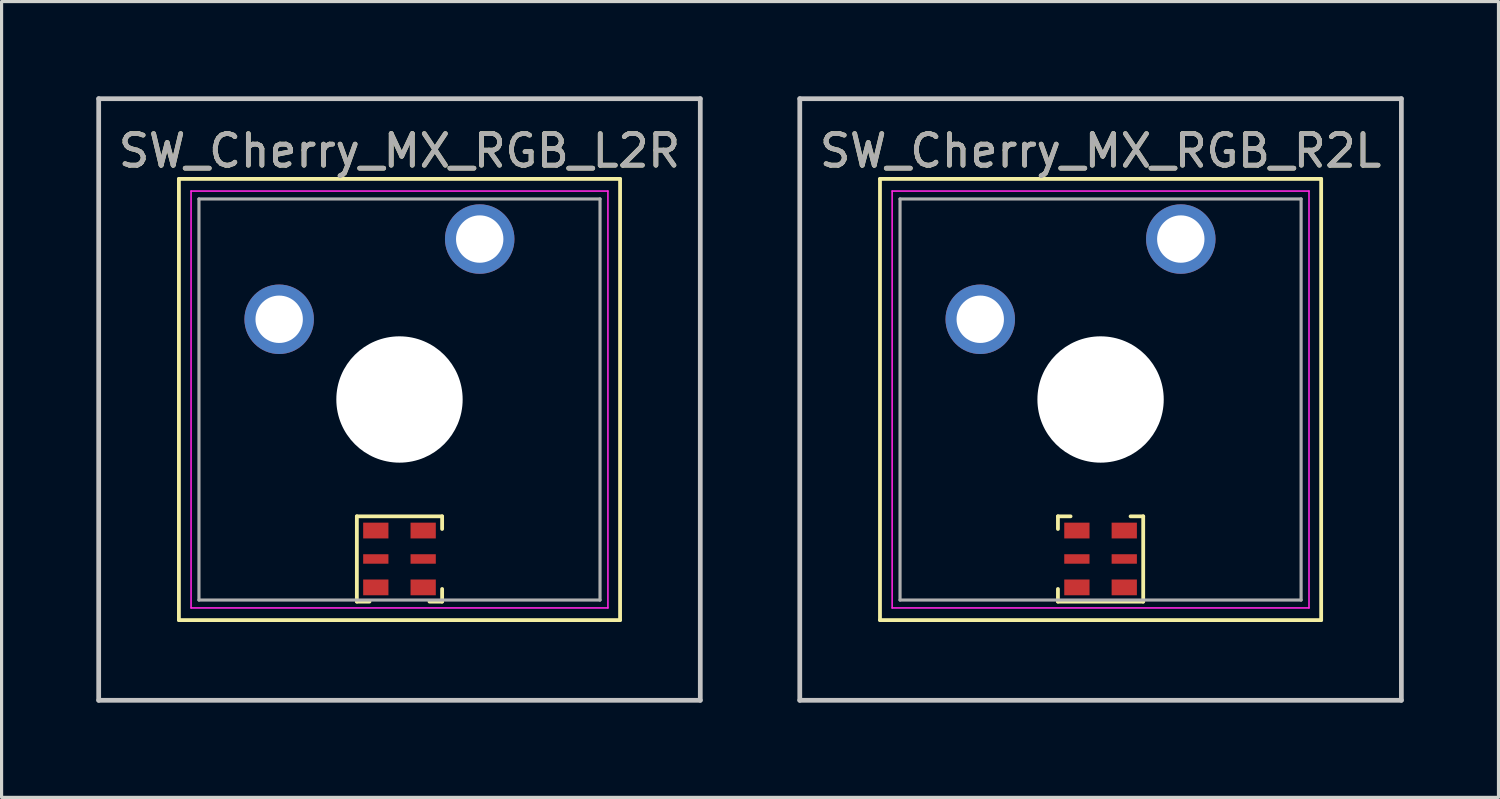
<source format=kicad_pcb>
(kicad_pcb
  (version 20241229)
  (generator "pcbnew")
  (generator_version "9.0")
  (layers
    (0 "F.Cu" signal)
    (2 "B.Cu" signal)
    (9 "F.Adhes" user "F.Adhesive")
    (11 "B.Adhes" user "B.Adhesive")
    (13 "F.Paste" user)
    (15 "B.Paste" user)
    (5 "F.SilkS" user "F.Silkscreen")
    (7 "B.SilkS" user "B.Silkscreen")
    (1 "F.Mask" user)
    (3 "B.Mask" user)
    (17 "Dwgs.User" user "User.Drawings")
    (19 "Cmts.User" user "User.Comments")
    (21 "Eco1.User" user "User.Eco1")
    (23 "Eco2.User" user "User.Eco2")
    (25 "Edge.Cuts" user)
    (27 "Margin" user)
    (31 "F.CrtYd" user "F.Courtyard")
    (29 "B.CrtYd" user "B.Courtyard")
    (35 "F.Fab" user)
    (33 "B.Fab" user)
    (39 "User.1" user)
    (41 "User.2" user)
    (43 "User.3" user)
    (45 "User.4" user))
  (footprint "SW_Cherry_MX_RGB_R2L"
    (layer "F.Cu")
    (at 31.8 9.6)
    (property "Reference" "SW_Cherry_MX_RGB_R2L" (at 0 -7.874 0) (layer "F.SilkS") (effects (font (size 1 1) (thickness 0.15))))
    (attr through_hole)
    (fp_line (start -6.985 -6.985) (end 6.985 -6.985) (stroke (width 0.12) (type solid)) (layer "F.SilkS"))
    (fp_line (start -6.985 6.985) (end -6.985 -6.985) (stroke (width 0.12) (type solid)) (layer "F.SilkS"))
    (fp_line (start -1.35 3.7) (end -1.35 4.1) (stroke (width 0.12) (type solid)) (layer "F.SilkS"))
    (fp_line (start -1.35 3.7) (end -0.95 3.7) (stroke (width 0.12) (type solid)) (layer "F.SilkS"))
    (fp_line (start -1.35 6) (end -1.35 6.4) (stroke (width 0.12) (type solid)) (layer "F.SilkS"))
    (fp_line (start -1.35 6.4) (end 1.35 6.4) (stroke (width 0.12) (type solid)) (layer "F.SilkS"))
    (fp_line (start 0.95 3.7) (end 1.35 3.7) (stroke (width 0.12) (type solid)) (layer "F.SilkS"))
    (fp_line (start 1.35 3.7) (end 1.35 6.4) (stroke (width 0.12) (type solid)) (layer "F.SilkS"))
    (fp_line (start 6.985 -6.985) (end 6.985 6.985) (stroke (width 0.12) (type solid)) (layer "F.SilkS"))
    (fp_line (start 6.985 6.985) (end -6.985 6.985) (stroke (width 0.12) (type solid)) (layer "F.SilkS"))
    (fp_line (start -9.525 -9.525) (end 9.525 -9.525) (stroke (width 0.15) (type solid)) (layer "Dwgs.User"))
    (fp_line (start -9.525 9.525) (end -9.525 -9.525) (stroke (width 0.15) (type solid)) (layer "Dwgs.User"))
    (fp_line (start 9.525 -9.525) (end 9.525 9.525) (stroke (width 0.15) (type solid)) (layer "Dwgs.User"))
    (fp_line (start 9.525 9.525) (end -9.525 9.525) (stroke (width 0.15) (type solid)) (layer "Dwgs.User"))
    (fp_line (start -6.6 -6.6) (end 6.6 -6.6) (stroke (width 0.05) (type solid)) (layer "F.CrtYd"))
    (fp_line (start -6.6 6.6) (end -6.6 -6.6) (stroke (width 0.05) (type solid)) (layer "F.CrtYd"))
    (fp_line (start 6.6 -6.6) (end 6.6 6.6) (stroke (width 0.05) (type solid)) (layer "F.CrtYd"))
    (fp_line (start 6.6 6.6) (end -6.6 6.6) (stroke (width 0.05) (type solid)) (layer "F.CrtYd"))
    (fp_line (start -6.35 -6.35) (end 6.35 -6.35) (stroke (width 0.1) (type solid)) (layer "F.Fab"))
    (fp_line (start -6.35 6.35) (end -6.35 -6.35) (stroke (width 0.1) (type solid)) (layer "F.Fab"))
    (fp_line (start 6.35 -6.35) (end 6.35 6.35) (stroke (width 0.1) (type solid)) (layer "F.Fab"))
    (fp_line (start 6.35 6.35) (end -6.35 6.35) (stroke (width 0.1) (type solid)) (layer "F.Fab"))
    (fp_text user "${REFERENCE}" (at 0 -7.874 0) (layer "F.Fab") (effects (font (size 1 1) (thickness 0.15))))
    (pad "" np_thru_hole circle (at 0 0) (size 4 4) (drill 4) (layers "*.Cu" "*.Mask"))
    (pad "1" thru_hole circle (at 2.54 -5.08) (size 2.2 2.2) (drill 1.5) (layers "*.Cu" "*.Mask"))
    (pad "2" thru_hole circle (at -3.81 -2.54) (size 2.2 2.2) (drill 1.5) (layers "*.Cu" "*.Mask"))
    (pad "3" smd rect (at -0.75 4.15) (size 0.8 0.5) (layers "F.Cu" "F.Mask" "F.Paste"))
    (pad "4" smd rect (at -0.75 5.05) (size 0.8 0.3) (layers "F.Cu" "F.Mask" "F.Paste"))
    (pad "5" smd rect (at -0.75 5.95) (size 0.8 0.5) (layers "F.Cu" "F.Mask" "F.Paste"))
    (pad "6" smd rect (at 0.75 5.95) (size 0.8 0.5) (layers "F.Cu" "F.Mask" "F.Paste"))
    (pad "7" smd rect (at 0.75 5.05) (size 0.8 0.3) (layers "F.Cu" "F.Mask" "F.Paste"))
    (pad "8" smd rect (at 0.75 4.15) (size 0.8 0.5) (layers "F.Cu" "F.Mask" "F.Paste")))
  (footprint "SW_Cherry_MX_RGB_L2R"
    (layer "F.Cu")
    (at 9.6 9.6)
    (property "Reference" "SW_Cherry_MX_RGB_L2R" (at 0 -7.874 0) (layer "F.SilkS") (effects (font (size 1 1) (thickness 0.15))))
    (attr through_hole)
    (fp_line (start -6.985 -6.985) (end 6.985 -6.985) (stroke (width 0.12) (type solid)) (layer "F.SilkS"))
    (fp_line (start -6.985 6.985) (end -6.985 -6.985) (stroke (width 0.12) (type solid)) (layer "F.SilkS"))
    (fp_line (start -1.35 6.4) (end -1.35 3.7) (stroke (width 0.12) (type solid)) (layer "F.SilkS"))
    (fp_line (start -0.95 6.4) (end -1.35 6.4) (stroke (width 0.12) (type solid)) (layer "F.SilkS"))
    (fp_line (start 1.35 3.7) (end -1.35 3.7) (stroke (width 0.12) (type solid)) (layer "F.SilkS"))
    (fp_line (start 1.35 4.1) (end 1.35 3.7) (stroke (width 0.12) (type solid)) (layer "F.SilkS"))
    (fp_line (start 1.35 6.4) (end 0.95 6.4) (stroke (width 0.12) (type solid)) (layer "F.SilkS"))
    (fp_line (start 1.35 6.4) (end 1.35 6) (stroke (width 0.12) (type solid)) (layer "F.SilkS"))
    (fp_line (start 6.985 -6.985) (end 6.985 6.985) (stroke (width 0.12) (type solid)) (layer "F.SilkS"))
    (fp_line (start 6.985 6.985) (end -6.985 6.985) (stroke (width 0.12) (type solid)) (layer "F.SilkS"))
    (fp_line (start -9.525 -9.525) (end 9.525 -9.525) (stroke (width 0.15) (type solid)) (layer "Dwgs.User"))
    (fp_line (start -9.525 9.525) (end -9.525 -9.525) (stroke (width 0.15) (type solid)) (layer "Dwgs.User"))
    (fp_line (start 9.525 -9.525) (end 9.525 9.525) (stroke (width 0.15) (type solid)) (layer "Dwgs.User"))
    (fp_line (start 9.525 9.525) (end -9.525 9.525) (stroke (width 0.15) (type solid)) (layer "Dwgs.User"))
    (fp_line (start -6.6 -6.6) (end 6.6 -6.6) (stroke (width 0.05) (type solid)) (layer "F.CrtYd"))
    (fp_line (start -6.6 6.6) (end -6.6 -6.6) (stroke (width 0.05) (type solid)) (layer "F.CrtYd"))
    (fp_line (start 6.6 -6.6) (end 6.6 6.6) (stroke (width 0.05) (type solid)) (layer "F.CrtYd"))
    (fp_line (start 6.6 6.6) (end -6.6 6.6) (stroke (width 0.05) (type solid)) (layer "F.CrtYd"))
    (fp_line (start -6.35 -6.35) (end 6.35 -6.35) (stroke (width 0.1) (type solid)) (layer "F.Fab"))
    (fp_line (start -6.35 6.35) (end -6.35 -6.35) (stroke (width 0.1) (type solid)) (layer "F.Fab"))
    (fp_line (start 6.35 -6.35) (end 6.35 6.35) (stroke (width 0.1) (type solid)) (layer "F.Fab"))
    (fp_line (start 6.35 6.35) (end -6.35 6.35) (stroke (width 0.1) (type solid)) (layer "F.Fab"))
    (fp_text user "${REFERENCE}" (at 0 -7.874 0) (layer "F.Fab") (effects (font (size 1 1) (thickness 0.15))))
    (pad "" np_thru_hole circle (at 0 0) (size 4 4) (drill 4) (layers "*.Cu" "*.Mask"))
    (pad "1" thru_hole circle (at 2.54 -5.08) (size 2.2 2.2) (drill 1.5) (layers "*.Cu" "*.Mask"))
    (pad "2" thru_hole circle (at -3.81 -2.54) (size 2.2 2.2) (drill 1.5) (layers "*.Cu" "*.Mask"))
    (pad "3" smd rect (at 0.75 5.95) (size 0.8 0.5) (layers "F.Cu" "F.Mask" "F.Paste"))
    (pad "4" smd rect (at 0.75 5.05) (size 0.8 0.3) (layers "F.Cu" "F.Mask" "F.Paste"))
    (pad "5" smd rect (at 0.75 4.15) (size 0.8 0.5) (layers "F.Cu" "F.Mask" "F.Paste"))
    (pad "6" smd rect (at -0.75 4.15) (size 0.8 0.5) (layers "F.Cu" "F.Mask" "F.Paste"))
    (pad "7" smd rect (at -0.75 5.05) (size 0.8 0.3) (layers "F.Cu" "F.Mask" "F.Paste"))
    (pad "8" smd rect (at -0.75 5.95) (size 0.8 0.5) (layers "F.Cu" "F.Mask" "F.Paste")))
  (gr_rect
    (start -3 -3)
    (end 44.4 22.2)
    (stroke (width 0.1) (type default))
    (fill no)
    (layer "Edge.Cuts")))
</source>
